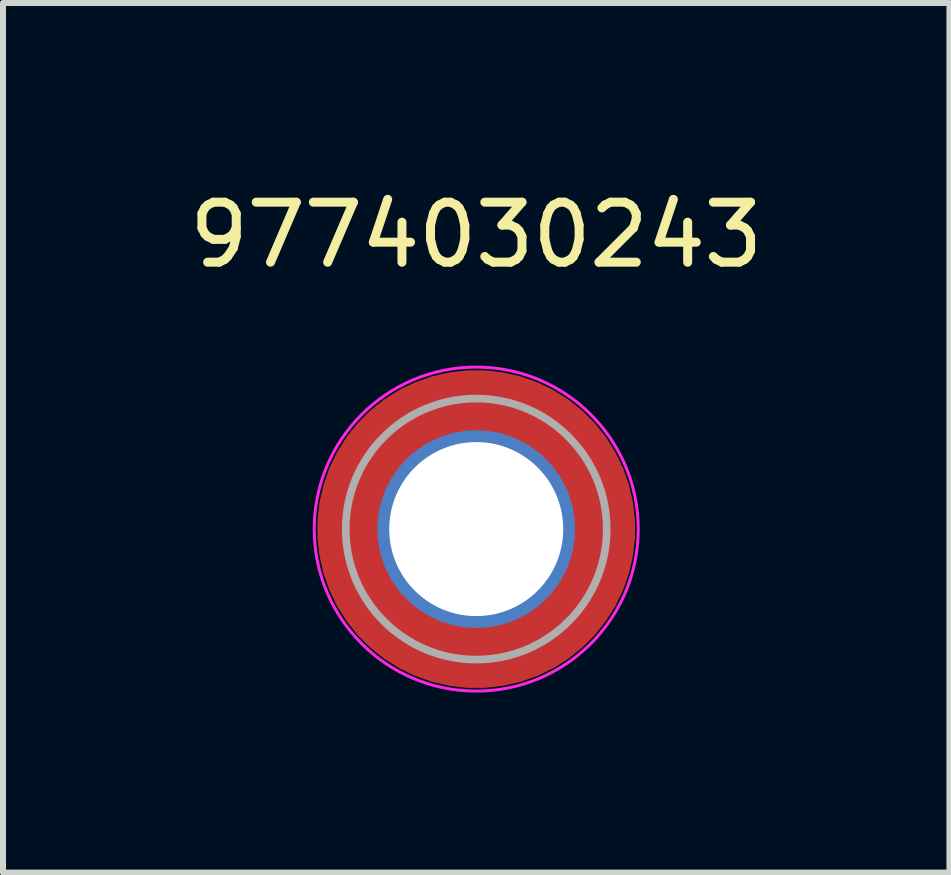
<source format=kicad_pcb>
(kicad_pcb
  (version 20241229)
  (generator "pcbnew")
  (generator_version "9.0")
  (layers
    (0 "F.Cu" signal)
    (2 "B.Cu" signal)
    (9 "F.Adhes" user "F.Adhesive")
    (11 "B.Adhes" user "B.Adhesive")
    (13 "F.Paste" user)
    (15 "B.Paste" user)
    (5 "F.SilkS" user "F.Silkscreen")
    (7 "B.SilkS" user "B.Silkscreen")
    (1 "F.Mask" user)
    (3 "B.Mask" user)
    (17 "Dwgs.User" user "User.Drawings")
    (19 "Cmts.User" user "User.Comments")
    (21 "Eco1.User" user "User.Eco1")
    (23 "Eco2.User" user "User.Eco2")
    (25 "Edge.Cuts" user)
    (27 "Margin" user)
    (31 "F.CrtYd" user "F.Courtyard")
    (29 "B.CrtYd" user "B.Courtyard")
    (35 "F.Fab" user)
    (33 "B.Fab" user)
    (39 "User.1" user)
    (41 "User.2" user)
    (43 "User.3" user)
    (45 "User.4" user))
  (footprint "9774030243"
    (layer "F.Cu")
    (at 4.887 5.768)
    (property "Reference" "9774030243" (at 0 -4.318 0) (layer "F.SilkS") (effects (font (size 1 1) (thickness 0.15)) (justify bottom)))
    (fp_circle (center 0 0) (end 2.65 0) (stroke (width 0) (type solid)) (fill yes) (layer "F.Mask"))
    (fp_circle (center 0 0) (end 1.5 0) (stroke (width 0) (type solid)) (fill yes) (layer "B.Mask"))
    (fp_poly (pts (xy -2.538 0.295) (xy -1.616 0.295) (xy -1.611 0.333) (xy -1.605 0.365) (xy -1.596 0.403) (xy -1.585 0.441) (xy -1.576 0.475) (xy -1.563 0.513) (xy -1.547 0.561) (xy -1.527 0.616) (xy -1.513 0.647) (xy -1.498 0.682) (xy -1.48 0.72) (xy -1.455 0.769) (xy -1.43 0.815) (xy -1.408 0.851) (xy -1.375 0.905) (xy -1.343 0.952) (xy -1.281 1.034) (xy -1.233 1.089) (xy -1.184 1.142) (xy -1.148 1.179) (xy -1.116 1.209) (xy -1.07 1.251) (xy -1.018 1.293) (xy -0.987 1.317) (xy -0.918 1.366) (xy -0.871 1.396) (xy -0.822 1.425) (xy -0.759 1.461) (xy -0.686 1.496) (xy -0.638 1.517) (xy -0.593 1.536) (xy -0.554 1.551) (xy -0.487 1.573) (xy -0.413 1.594) (xy -0.335 1.612) (xy -0.295 1.615) (xy -0.295 2.545) (xy -0.334 2.544) (xy -0.381 2.538) (xy -0.435 2.529) (xy -0.492 2.518) (xy -0.599 2.495) (xy -0.649 2.482) (xy -0.704 2.468) (xy -0.769 2.449) (xy -0.849 2.422) (xy -0.958 2.381) (xy -1.009 2.36) (xy -1.062 2.337) (xy -1.116 2.31) (xy -1.19 2.275) (xy -1.253 2.239) (xy -1.318 2.202) (xy -1.406 2.148) (xy -1.473 2.101) (xy -1.584 2.019) (xy -1.654 1.963) (xy -1.749 1.877) (xy -1.81 1.819) (xy -1.911 1.712) (xy -2.004 1.608) (xy -2.103 1.473) (xy -2.203 1.323) (xy -2.282 1.172) (xy -2.323 1.092) (xy -2.37 0.986) (xy -2.411 0.884) (xy -2.444 0.78) (xy -2.474 0.686) (xy -2.493 0.612) (xy -2.511 0.533) (xy -2.526 0.452) (xy -2.536 0.39) (xy -2.544 0.326) (xy -2.548 0.288)) (stroke (width 0) (type solid)) (fill yes) (layer "F.Paste"))
    (fp_poly (pts (xy -0.295 -2.538) (xy -0.295 -1.616) (xy -0.333 -1.611) (xy -0.365 -1.605) (xy -0.403 -1.596) (xy -0.441 -1.585) (xy -0.475 -1.576) (xy -0.513 -1.563) (xy -0.561 -1.547) (xy -0.616 -1.527) (xy -0.647 -1.513) (xy -0.682 -1.498) (xy -0.72 -1.48) (xy -0.769 -1.455) (xy -0.815 -1.43) (xy -0.851 -1.408) (xy -0.905 -1.375) (xy -0.952 -1.343) (xy -1.034 -1.281) (xy -1.089 -1.233) (xy -1.142 -1.184) (xy -1.179 -1.148) (xy -1.209 -1.116) (xy -1.251 -1.07) (xy -1.293 -1.018) (xy -1.317 -0.987) (xy -1.366 -0.918) (xy -1.396 -0.871) (xy -1.425 -0.822) (xy -1.461 -0.759) (xy -1.496 -0.686) (xy -1.517 -0.638) (xy -1.536 -0.593) (xy -1.551 -0.554) (xy -1.573 -0.487) (xy -1.594 -0.413) (xy -1.612 -0.335) (xy -1.615 -0.295) (xy -2.545 -0.295) (xy -2.544 -0.334) (xy -2.538 -0.381) (xy -2.529 -0.435) (xy -2.518 -0.492) (xy -2.495 -0.599) (xy -2.482 -0.649) (xy -2.468 -0.704) (xy -2.449 -0.769) (xy -2.422 -0.849) (xy -2.381 -0.958) (xy -2.36 -1.009) (xy -2.337 -1.062) (xy -2.31 -1.116) (xy -2.275 -1.19) (xy -2.239 -1.253) (xy -2.202 -1.318) (xy -2.148 -1.406) (xy -2.101 -1.473) (xy -2.019 -1.584) (xy -1.963 -1.654) (xy -1.877 -1.749) (xy -1.819 -1.81) (xy -1.712 -1.911) (xy -1.608 -2.004) (xy -1.473 -2.103) (xy -1.323 -2.203) (xy -1.172 -2.282) (xy -1.092 -2.323) (xy -0.986 -2.37) (xy -0.884 -2.411) (xy -0.78 -2.444) (xy -0.686 -2.474) (xy -0.612 -2.493) (xy -0.533 -2.511) (xy -0.452 -2.526) (xy -0.39 -2.536) (xy -0.326 -2.544) (xy -0.288 -2.548)) (stroke (width 0) (type solid)) (fill yes) (layer "F.Paste"))
    (fp_poly (pts (xy 0.334 -2.544) (xy 0.381 -2.538) (xy 0.435 -2.529) (xy 0.492 -2.518) (xy 0.599 -2.495) (xy 0.649 -2.482) (xy 0.704 -2.468) (xy 0.769 -2.449) (xy 0.849 -2.422) (xy 0.958 -2.381) (xy 1.009 -2.36) (xy 1.062 -2.337) (xy 1.116 -2.31) (xy 1.19 -2.275) (xy 1.253 -2.239) (xy 1.318 -2.202) (xy 1.406 -2.148) (xy 1.473 -2.101) (xy 1.584 -2.019) (xy 1.654 -1.963) (xy 1.749 -1.877) (xy 1.81 -1.819) (xy 1.911 -1.712) (xy 2.004 -1.608) (xy 2.103 -1.473) (xy 2.203 -1.323) (xy 2.282 -1.172) (xy 2.323 -1.092) (xy 2.37 -0.986) (xy 2.411 -0.884) (xy 2.444 -0.78) (xy 2.474 -0.686) (xy 2.493 -0.612) (xy 2.511 -0.533) (xy 2.526 -0.452) (xy 2.536 -0.39) (xy 2.544 -0.326) (xy 2.548 -0.288) (xy 2.538 -0.295) (xy 1.616 -0.295) (xy 1.611 -0.333) (xy 1.605 -0.365) (xy 1.596 -0.403) (xy 1.585 -0.441) (xy 1.576 -0.475) (xy 1.563 -0.513) (xy 1.547 -0.561) (xy 1.527 -0.616) (xy 1.513 -0.647) (xy 1.498 -0.682) (xy 1.48 -0.72) (xy 1.455 -0.769) (xy 1.43 -0.815) (xy 1.408 -0.851) (xy 1.375 -0.905) (xy 1.343 -0.952) (xy 1.281 -1.034) (xy 1.233 -1.089) (xy 1.184 -1.142) (xy 1.148 -1.179) (xy 1.116 -1.209) (xy 1.07 -1.251) (xy 1.018 -1.293) (xy 0.987 -1.317) (xy 0.918 -1.366) (xy 0.871 -1.396) (xy 0.822 -1.425) (xy 0.759 -1.461) (xy 0.686 -1.496) (xy 0.638 -1.517) (xy 0.593 -1.536) (xy 0.554 -1.551) (xy 0.487 -1.573) (xy 0.413 -1.594) (xy 0.335 -1.612) (xy 0.295 -1.615) (xy 0.295 -2.545)) (stroke (width 0) (type solid)) (fill yes) (layer "F.Paste"))
    (fp_poly (pts (xy 2.544 0.334) (xy 2.538 0.381) (xy 2.529 0.435) (xy 2.518 0.492) (xy 2.495 0.599) (xy 2.482 0.649) (xy 2.468 0.704) (xy 2.449 0.769) (xy 2.422 0.849) (xy 2.381 0.958) (xy 2.36 1.009) (xy 2.337 1.062) (xy 2.31 1.116) (xy 2.275 1.19) (xy 2.239 1.253) (xy 2.202 1.318) (xy 2.148 1.406) (xy 2.101 1.473) (xy 2.019 1.584) (xy 1.963 1.654) (xy 1.877 1.749) (xy 1.819 1.81) (xy 1.712 1.911) (xy 1.608 2.004) (xy 1.473 2.103) (xy 1.323 2.203) (xy 1.172 2.282) (xy 1.092 2.323) (xy 0.986 2.37) (xy 0.884 2.411) (xy 0.78 2.444) (xy 0.686 2.474) (xy 0.612 2.493) (xy 0.533 2.511) (xy 0.452 2.526) (xy 0.39 2.536) (xy 0.326 2.544) (xy 0.288 2.548) (xy 0.295 2.538) (xy 0.295 1.616) (xy 0.333 1.611) (xy 0.365 1.605) (xy 0.403 1.596) (xy 0.441 1.585) (xy 0.475 1.576) (xy 0.513 1.563) (xy 0.561 1.547) (xy 0.616 1.527) (xy 0.647 1.513) (xy 0.682 1.498) (xy 0.72 1.48) (xy 0.769 1.455) (xy 0.815 1.43) (xy 0.851 1.408) (xy 0.905 1.375) (xy 0.952 1.343) (xy 1.034 1.281) (xy 1.089 1.233) (xy 1.142 1.184) (xy 1.179 1.148) (xy 1.209 1.116) (xy 1.251 1.07) (xy 1.293 1.018) (xy 1.317 0.987) (xy 1.366 0.918) (xy 1.396 0.871) (xy 1.425 0.822) (xy 1.461 0.759) (xy 1.496 0.686) (xy 1.517 0.638) (xy 1.536 0.593) (xy 1.551 0.554) (xy 1.573 0.487) (xy 1.594 0.413) (xy 1.612 0.335) (xy 1.615 0.295) (xy 2.545 0.295)) (stroke (width 0) (type solid)) (fill yes) (layer "F.Paste"))
    (fp_circle (center 0 0) (end 2.7 0) (stroke (width 0.05) (type solid)) (fill no) (layer "F.CrtYd"))
    (fp_circle (center 0 0) (end 2.175 0) (stroke (width 0.127) (type solid)) (fill no) (layer "F.Fab"))
    (pad "1" thru_hole custom (at 0 0) (size 3.3 3.3) (drill 2.9) (layers "*.Cu") (remove_unused_layers yes) (keep_end_layers yes) (zone_layer_connections) (options (anchor circle)) (primitives (gr_bbox (start -0.75 -0.75) (end 0.75 0.75) (fill no))))
    (pad "1" smd custom (at 0 0) (size 5.3 5.3) (layers "F.Cu") (options (anchor circle)) (primitives (gr_bbox (start 0 0) (end 0 0) (fill no)))))
  (gr_rect
    (start -3 -3)
    (end 12.774 11.493)
    (stroke (width 0.1) (type default))
    (fill no)
    (layer "Edge.Cuts")))
</source>
